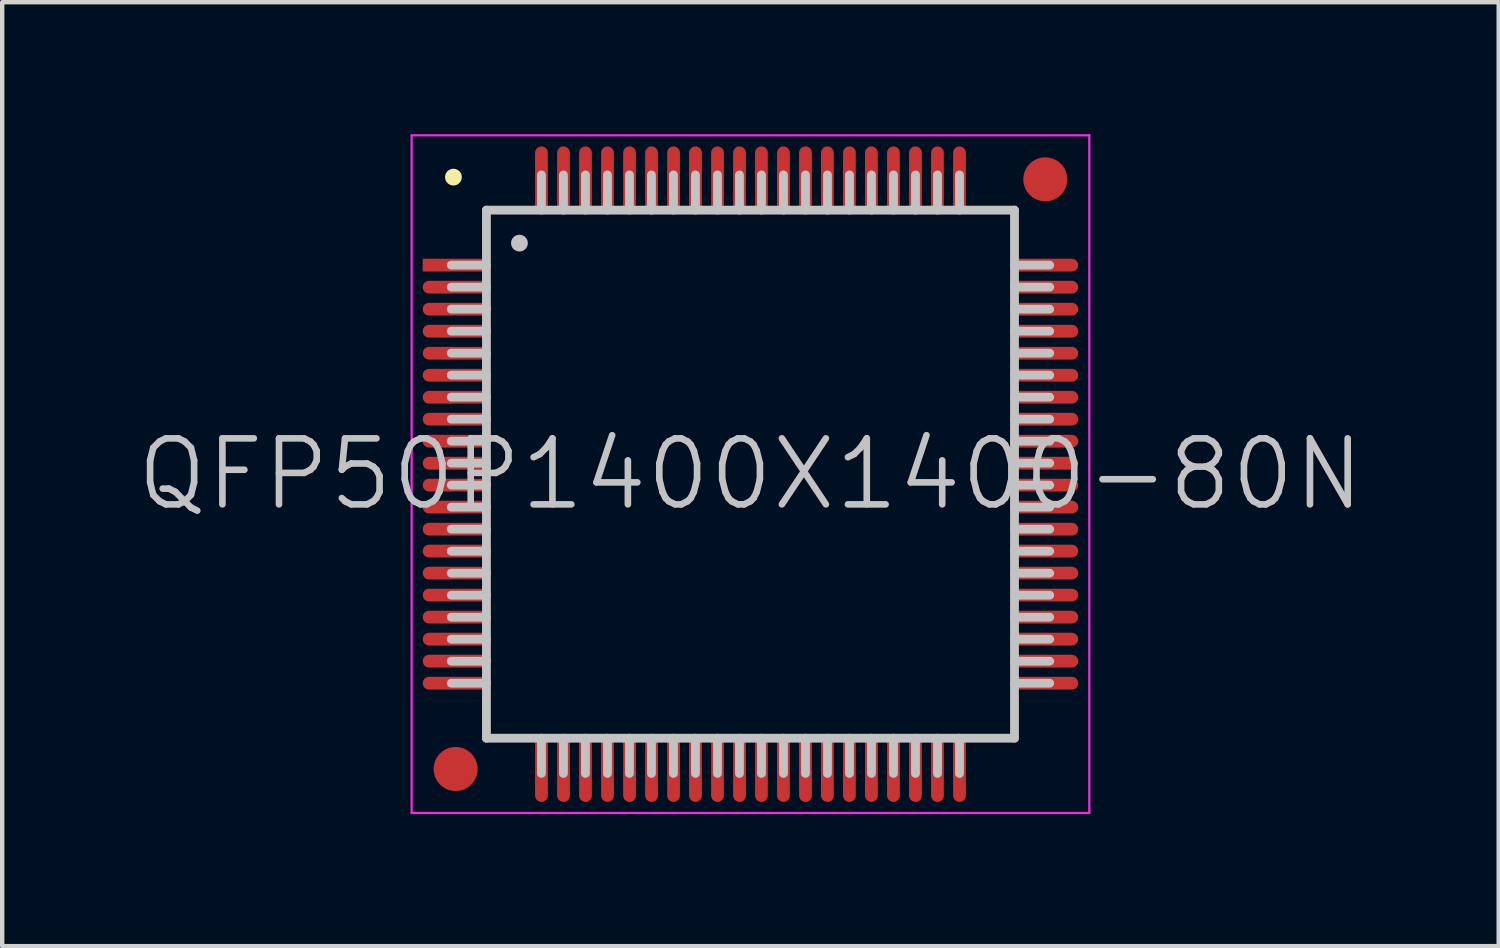
<source format=kicad_pcb>
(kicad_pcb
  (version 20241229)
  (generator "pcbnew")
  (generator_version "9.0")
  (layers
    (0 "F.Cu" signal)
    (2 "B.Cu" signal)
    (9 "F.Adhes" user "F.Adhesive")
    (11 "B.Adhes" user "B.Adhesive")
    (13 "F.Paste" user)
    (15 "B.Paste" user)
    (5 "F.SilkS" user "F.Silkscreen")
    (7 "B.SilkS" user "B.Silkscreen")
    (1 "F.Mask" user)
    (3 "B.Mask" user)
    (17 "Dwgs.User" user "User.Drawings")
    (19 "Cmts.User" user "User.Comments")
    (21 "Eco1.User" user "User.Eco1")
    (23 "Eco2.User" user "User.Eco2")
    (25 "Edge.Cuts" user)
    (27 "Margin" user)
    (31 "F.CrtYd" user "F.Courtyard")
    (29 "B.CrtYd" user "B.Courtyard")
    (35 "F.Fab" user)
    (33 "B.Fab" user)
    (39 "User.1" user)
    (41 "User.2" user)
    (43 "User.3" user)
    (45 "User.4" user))
  (footprint "QFP50P1400X1400-80N"
    (layer "F.Cu")
    (at 14.004 7.725)
    (property "Reference" "QFP50P1400X1400-80N" (at 0 0 0) (layer "Dwgs.User") (effects (font (size 1.5 1.5) (thickness 0.15))))
    (attr smd)
    (fp_line (start -6.75 -6.75) (end -6.75 -6.75) (stroke (width 0.381) (type solid)) (layer "F.SilkS"))
    (fp_line (start -6 -6) (end -6 6) (stroke (width 0.2) (type solid)) (layer "Dwgs.User"))
    (fp_line (start -6 -6) (end 6 -6) (stroke (width 0.2) (type solid)) (layer "Dwgs.User"))
    (fp_line (start -6 -4.75) (end -6.8 -4.75) (stroke (width 0.2) (type solid)) (layer "Dwgs.User"))
    (fp_line (start -6 -4.25) (end -6.8 -4.25) (stroke (width 0.2) (type solid)) (layer "Dwgs.User"))
    (fp_line (start -6 -3.75) (end -6.8 -3.75) (stroke (width 0.2) (type solid)) (layer "Dwgs.User"))
    (fp_line (start -6 -3.25) (end -6.8 -3.25) (stroke (width 0.2) (type solid)) (layer "Dwgs.User"))
    (fp_line (start -6 -2.75) (end -6.8 -2.75) (stroke (width 0.2) (type solid)) (layer "Dwgs.User"))
    (fp_line (start -6 -2.25) (end -6.8 -2.25) (stroke (width 0.2) (type solid)) (layer "Dwgs.User"))
    (fp_line (start -6 -1.75) (end -6.8 -1.75) (stroke (width 0.2) (type solid)) (layer "Dwgs.User"))
    (fp_line (start -6 -1.25) (end -6.8 -1.25) (stroke (width 0.2) (type solid)) (layer "Dwgs.User"))
    (fp_line (start -6 -0.75) (end -6.8 -0.75) (stroke (width 0.2) (type solid)) (layer "Dwgs.User"))
    (fp_line (start -6 -0.25) (end -6.8 -0.25) (stroke (width 0.2) (type solid)) (layer "Dwgs.User"))
    (fp_line (start -6 0.25) (end -6.8 0.25) (stroke (width 0.2) (type solid)) (layer "Dwgs.User"))
    (fp_line (start -6 0.75) (end -6.8 0.75) (stroke (width 0.2) (type solid)) (layer "Dwgs.User"))
    (fp_line (start -6 1.25) (end -6.8 1.25) (stroke (width 0.2) (type solid)) (layer "Dwgs.User"))
    (fp_line (start -6 1.75) (end -6.8 1.75) (stroke (width 0.2) (type solid)) (layer "Dwgs.User"))
    (fp_line (start -6 2.25) (end -6.8 2.25) (stroke (width 0.2) (type solid)) (layer "Dwgs.User"))
    (fp_line (start -6 2.75) (end -6.8 2.75) (stroke (width 0.2) (type solid)) (layer "Dwgs.User"))
    (fp_line (start -6 3.25) (end -6.8 3.25) (stroke (width 0.2) (type solid)) (layer "Dwgs.User"))
    (fp_line (start -6 3.75) (end -6.8 3.75) (stroke (width 0.2) (type solid)) (layer "Dwgs.User"))
    (fp_line (start -6 4.25) (end -6.8 4.25) (stroke (width 0.2) (type solid)) (layer "Dwgs.User"))
    (fp_line (start -6 4.75) (end -6.8 4.75) (stroke (width 0.2) (type solid)) (layer "Dwgs.User"))
    (fp_line (start -6 6) (end 6 6) (stroke (width 0.2) (type solid)) (layer "Dwgs.User"))
    (fp_line (start -5.25 -5.25) (end -5.25 -5.25) (stroke (width 0.381) (type solid)) (layer "Dwgs.User"))
    (fp_line (start -4.75 -6) (end -4.75 -6.8) (stroke (width 0.2) (type solid)) (layer "Dwgs.User"))
    (fp_line (start -4.75 6.8) (end -4.75 6) (stroke (width 0.2) (type solid)) (layer "Dwgs.User"))
    (fp_line (start -4.25 -6) (end -4.25 -6.8) (stroke (width 0.2) (type solid)) (layer "Dwgs.User"))
    (fp_line (start -4.25 6.8) (end -4.25 6) (stroke (width 0.2) (type solid)) (layer "Dwgs.User"))
    (fp_line (start -3.75 -6) (end -3.75 -6.8) (stroke (width 0.2) (type solid)) (layer "Dwgs.User"))
    (fp_line (start -3.75 6.8) (end -3.75 6) (stroke (width 0.2) (type solid)) (layer "Dwgs.User"))
    (fp_line (start -3.25 -6) (end -3.25 -6.8) (stroke (width 0.2) (type solid)) (layer "Dwgs.User"))
    (fp_line (start -3.25 6.8) (end -3.25 6) (stroke (width 0.2) (type solid)) (layer "Dwgs.User"))
    (fp_line (start -2.75 -6) (end -2.75 -6.8) (stroke (width 0.2) (type solid)) (layer "Dwgs.User"))
    (fp_line (start -2.75 6.8) (end -2.75 6) (stroke (width 0.2) (type solid)) (layer "Dwgs.User"))
    (fp_line (start -2.25 -6) (end -2.25 -6.8) (stroke (width 0.2) (type solid)) (layer "Dwgs.User"))
    (fp_line (start -2.25 6.8) (end -2.25 6) (stroke (width 0.2) (type solid)) (layer "Dwgs.User"))
    (fp_line (start -1.75 -6) (end -1.75 -6.8) (stroke (width 0.2) (type solid)) (layer "Dwgs.User"))
    (fp_line (start -1.75 6.8) (end -1.75 6) (stroke (width 0.2) (type solid)) (layer "Dwgs.User"))
    (fp_line (start -1.25 -6) (end -1.25 -6.8) (stroke (width 0.2) (type solid)) (layer "Dwgs.User"))
    (fp_line (start -1.25 6.8) (end -1.25 6) (stroke (width 0.2) (type solid)) (layer "Dwgs.User"))
    (fp_line (start -0.75 -6) (end -0.75 -6.8) (stroke (width 0.2) (type solid)) (layer "Dwgs.User"))
    (fp_line (start -0.75 6.8) (end -0.75 6) (stroke (width 0.2) (type solid)) (layer "Dwgs.User"))
    (fp_line (start -0.25 -6) (end -0.25 -6.8) (stroke (width 0.2) (type solid)) (layer "Dwgs.User"))
    (fp_line (start -0.25 6.8) (end -0.25 6) (stroke (width 0.2) (type solid)) (layer "Dwgs.User"))
    (fp_line (start 0.25 -6) (end 0.25 -6.8) (stroke (width 0.2) (type solid)) (layer "Dwgs.User"))
    (fp_line (start 0.25 6.8) (end 0.25 6) (stroke (width 0.2) (type solid)) (layer "Dwgs.User"))
    (fp_line (start 0.75 -6) (end 0.75 -6.8) (stroke (width 0.2) (type solid)) (layer "Dwgs.User"))
    (fp_line (start 0.75 6.8) (end 0.75 6) (stroke (width 0.2) (type solid)) (layer "Dwgs.User"))
    (fp_line (start 1.25 -6) (end 1.25 -6.8) (stroke (width 0.2) (type solid)) (layer "Dwgs.User"))
    (fp_line (start 1.25 6.8) (end 1.25 6) (stroke (width 0.2) (type solid)) (layer "Dwgs.User"))
    (fp_line (start 1.75 -6) (end 1.75 -6.8) (stroke (width 0.2) (type solid)) (layer "Dwgs.User"))
    (fp_line (start 1.75 6.8) (end 1.75 6) (stroke (width 0.2) (type solid)) (layer "Dwgs.User"))
    (fp_line (start 2.25 -6) (end 2.25 -6.8) (stroke (width 0.2) (type solid)) (layer "Dwgs.User"))
    (fp_line (start 2.25 6.8) (end 2.25 6) (stroke (width 0.2) (type solid)) (layer "Dwgs.User"))
    (fp_line (start 2.75 -6) (end 2.75 -6.8) (stroke (width 0.2) (type solid)) (layer "Dwgs.User"))
    (fp_line (start 2.75 6.8) (end 2.75 6) (stroke (width 0.2) (type solid)) (layer "Dwgs.User"))
    (fp_line (start 3.25 -6) (end 3.25 -6.8) (stroke (width 0.2) (type solid)) (layer "Dwgs.User"))
    (fp_line (start 3.25 6.8) (end 3.25 6) (stroke (width 0.2) (type solid)) (layer "Dwgs.User"))
    (fp_line (start 3.75 -6) (end 3.75 -6.8) (stroke (width 0.2) (type solid)) (layer "Dwgs.User"))
    (fp_line (start 3.75 6.8) (end 3.75 6) (stroke (width 0.2) (type solid)) (layer "Dwgs.User"))
    (fp_line (start 4.25 -6) (end 4.25 -6.8) (stroke (width 0.2) (type solid)) (layer "Dwgs.User"))
    (fp_line (start 4.25 6.8) (end 4.25 6) (stroke (width 0.2) (type solid)) (layer "Dwgs.User"))
    (fp_line (start 4.75 -6) (end 4.75 -6.8) (stroke (width 0.2) (type solid)) (layer "Dwgs.User"))
    (fp_line (start 4.75 6.8) (end 4.75 6) (stroke (width 0.2) (type solid)) (layer "Dwgs.User"))
    (fp_line (start 6 -6) (end 6 6) (stroke (width 0.2) (type solid)) (layer "Dwgs.User"))
    (fp_line (start 6.8 -4.75) (end 6 -4.75) (stroke (width 0.2) (type solid)) (layer "Dwgs.User"))
    (fp_line (start 6.8 -4.25) (end 6 -4.25) (stroke (width 0.2) (type solid)) (layer "Dwgs.User"))
    (fp_line (start 6.8 -3.75) (end 6 -3.75) (stroke (width 0.2) (type solid)) (layer "Dwgs.User"))
    (fp_line (start 6.8 -3.25) (end 6 -3.25) (stroke (width 0.2) (type solid)) (layer "Dwgs.User"))
    (fp_line (start 6.8 -2.75) (end 6 -2.75) (stroke (width 0.2) (type solid)) (layer "Dwgs.User"))
    (fp_line (start 6.8 -2.25) (end 6 -2.25) (stroke (width 0.2) (type solid)) (layer "Dwgs.User"))
    (fp_line (start 6.8 -1.75) (end 6 -1.75) (stroke (width 0.2) (type solid)) (layer "Dwgs.User"))
    (fp_line (start 6.8 -1.25) (end 6 -1.25) (stroke (width 0.2) (type solid)) (layer "Dwgs.User"))
    (fp_line (start 6.8 -0.75) (end 6 -0.75) (stroke (width 0.2) (type solid)) (layer "Dwgs.User"))
    (fp_line (start 6.8 -0.25) (end 6 -0.25) (stroke (width 0.2) (type solid)) (layer "Dwgs.User"))
    (fp_line (start 6.8 0.25) (end 6 0.25) (stroke (width 0.2) (type solid)) (layer "Dwgs.User"))
    (fp_line (start 6.8 0.75) (end 6 0.75) (stroke (width 0.2) (type solid)) (layer "Dwgs.User"))
    (fp_line (start 6.8 1.25) (end 6 1.25) (stroke (width 0.2) (type solid)) (layer "Dwgs.User"))
    (fp_line (start 6.8 1.75) (end 6 1.75) (stroke (width 0.2) (type solid)) (layer "Dwgs.User"))
    (fp_line (start 6.8 2.25) (end 6 2.25) (stroke (width 0.2) (type solid)) (layer "Dwgs.User"))
    (fp_line (start 6.8 2.75) (end 6 2.75) (stroke (width 0.2) (type solid)) (layer "Dwgs.User"))
    (fp_line (start 6.8 3.25) (end 6 3.25) (stroke (width 0.2) (type solid)) (layer "Dwgs.User"))
    (fp_line (start 6.8 3.75) (end 6 3.75) (stroke (width 0.2) (type solid)) (layer "Dwgs.User"))
    (fp_line (start 6.8 4.25) (end 6 4.25) (stroke (width 0.2) (type solid)) (layer "Dwgs.User"))
    (fp_line (start 6.8 4.75) (end 6 4.75) (stroke (width 0.2) (type solid)) (layer "Dwgs.User"))
    (fp_line (start -7.7 -7.7) (end -7.7 7.7) (stroke (width 0.05) (type solid)) (layer "F.CrtYd"))
    (fp_line (start -7.7 -7.7) (end 7.7 -7.7) (stroke (width 0.05) (type solid)) (layer "F.CrtYd"))
    (fp_line (start -7.7 7.7) (end 7.7 7.7) (stroke (width 0.05) (type solid)) (layer "F.CrtYd"))
    (fp_line (start 7.7 -7.7) (end 7.7 7.7) (stroke (width 0.05) (type solid)) (layer "F.CrtYd"))
    (pad "" smd circle (at -6.7 6.7) (size 1 1) (layers "F.Cu" "F.Mask"))
    (pad "" smd circle (at 6.7 -6.7) (size 1 1) (layers "F.Cu" "F.Mask"))
    (pad "1" smd rect (at -6.698 -4.75 90) (size 0.29 1.5) (layers "F.Cu" "F.Mask" "F.Paste"))
    (pad "2" smd oval (at -6.698 -4.249 90) (size 0.29 1.5) (layers "F.Cu" "F.Mask" "F.Paste"))
    (pad "3" smd oval (at -6.698 -3.749 90) (size 0.29 1.5) (layers "F.Cu" "F.Mask" "F.Paste"))
    (pad "4" smd oval (at -6.698 -3.249 90) (size 0.29 1.5) (layers "F.Cu" "F.Mask" "F.Paste"))
    (pad "5" smd oval (at -6.698 -2.748 90) (size 0.29 1.5) (layers "F.Cu" "F.Mask" "F.Paste"))
    (pad "6" smd oval (at -6.698 -2.248 90) (size 0.29 1.5) (layers "F.Cu" "F.Mask" "F.Paste"))
    (pad "7" smd oval (at -6.698 -1.748 90) (size 0.29 1.5) (layers "F.Cu" "F.Mask" "F.Paste"))
    (pad "8" smd oval (at -6.698 -1.25 90) (size 0.29 1.5) (layers "F.Cu" "F.Mask" "F.Paste"))
    (pad "9" smd oval (at -6.698 -0.749 90) (size 0.29 1.5) (layers "F.Cu" "F.Mask" "F.Paste"))
    (pad "10" smd oval (at -6.698 -0.249 90) (size 0.29 1.5) (layers "F.Cu" "F.Mask" "F.Paste"))
    (pad "11" smd oval (at -6.698 0.249 90) (size 0.29 1.5) (layers "F.Cu" "F.Mask" "F.Paste"))
    (pad "12" smd oval (at -6.698 0.749 90) (size 0.29 1.5) (layers "F.Cu" "F.Mask" "F.Paste"))
    (pad "13" smd oval (at -6.698 1.25 90) (size 0.29 1.5) (layers "F.Cu" "F.Mask" "F.Paste"))
    (pad "14" smd oval (at -6.698 1.748 90) (size 0.29 1.5) (layers "F.Cu" "F.Mask" "F.Paste"))
    (pad "15" smd oval (at -6.698 2.248 90) (size 0.29 1.5) (layers "F.Cu" "F.Mask" "F.Paste"))
    (pad "16" smd oval (at -6.698 2.748 90) (size 0.29 1.5) (layers "F.Cu" "F.Mask" "F.Paste"))
    (pad "17" smd oval (at -6.698 3.249 90) (size 0.29 1.5) (layers "F.Cu" "F.Mask" "F.Paste"))
    (pad "18" smd oval (at -6.698 3.749 90) (size 0.29 1.5) (layers "F.Cu" "F.Mask" "F.Paste"))
    (pad "19" smd oval (at -6.698 4.249 90) (size 0.29 1.5) (layers "F.Cu" "F.Mask" "F.Paste"))
    (pad "20" smd oval (at -6.698 4.75 90) (size 0.29 1.5) (layers "F.Cu" "F.Mask" "F.Paste"))
    (pad "21" smd oval (at -4.75 6.698 180) (size 0.29 1.5) (layers "F.Cu" "F.Mask" "F.Paste"))
    (pad "22" smd oval (at -4.249 6.698 180) (size 0.29 1.5) (layers "F.Cu" "F.Mask" "F.Paste"))
    (pad "23" smd oval (at -3.749 6.698 180) (size 0.29 1.5) (layers "F.Cu" "F.Mask" "F.Paste"))
    (pad "24" smd oval (at -3.249 6.698 180) (size 0.29 1.5) (layers "F.Cu" "F.Mask" "F.Paste"))
    (pad "25" smd oval (at -2.748 6.698 180) (size 0.29 1.5) (layers "F.Cu" "F.Mask" "F.Paste"))
    (pad "26" smd oval (at -2.248 6.698 180) (size 0.29 1.5) (layers "F.Cu" "F.Mask" "F.Paste"))
    (pad "27" smd oval (at -1.748 6.698 180) (size 0.29 1.5) (layers "F.Cu" "F.Mask" "F.Paste"))
    (pad "28" smd oval (at -1.25 6.698 180) (size 0.29 1.5) (layers "F.Cu" "F.Mask" "F.Paste"))
    (pad "29" smd oval (at -0.749 6.698 180) (size 0.29 1.5) (layers "F.Cu" "F.Mask" "F.Paste"))
    (pad "30" smd oval (at -0.249 6.698 180) (size 0.29 1.5) (layers "F.Cu" "F.Mask" "F.Paste"))
    (pad "31" smd oval (at 0.249 6.698 180) (size 0.29 1.5) (layers "F.Cu" "F.Mask" "F.Paste"))
    (pad "32" smd oval (at 0.749 6.698 180) (size 0.29 1.5) (layers "F.Cu" "F.Mask" "F.Paste"))
    (pad "33" smd oval (at 1.25 6.698 180) (size 0.29 1.5) (layers "F.Cu" "F.Mask" "F.Paste"))
    (pad "34" smd oval (at 1.748 6.698 180) (size 0.29 1.5) (layers "F.Cu" "F.Mask" "F.Paste"))
    (pad "35" smd oval (at 2.248 6.698 180) (size 0.29 1.5) (layers "F.Cu" "F.Mask" "F.Paste"))
    (pad "36" smd oval (at 2.748 6.698 180) (size 0.29 1.5) (layers "F.Cu" "F.Mask" "F.Paste"))
    (pad "37" smd oval (at 3.249 6.698 180) (size 0.29 1.5) (layers "F.Cu" "F.Mask" "F.Paste"))
    (pad "38" smd oval (at 3.749 6.698 180) (size 0.29 1.5) (layers "F.Cu" "F.Mask" "F.Paste"))
    (pad "39" smd oval (at 4.249 6.698 180) (size 0.29 1.5) (layers "F.Cu" "F.Mask" "F.Paste"))
    (pad "40" smd oval (at 4.75 6.698 180) (size 0.29 1.5) (layers "F.Cu" "F.Mask" "F.Paste"))
    (pad "41" smd oval (at 6.698 4.75 270) (size 0.29 1.5) (layers "F.Cu" "F.Mask" "F.Paste"))
    (pad "42" smd oval (at 6.698 4.249 270) (size 0.29 1.5) (layers "F.Cu" "F.Mask" "F.Paste"))
    (pad "43" smd oval (at 6.698 3.749 270) (size 0.29 1.5) (layers "F.Cu" "F.Mask" "F.Paste"))
    (pad "44" smd oval (at 6.698 3.249 270) (size 0.29 1.5) (layers "F.Cu" "F.Mask" "F.Paste"))
    (pad "45" smd oval (at 6.698 2.748 270) (size 0.29 1.5) (layers "F.Cu" "F.Mask" "F.Paste"))
    (pad "46" smd oval (at 6.698 2.248 270) (size 0.29 1.5) (layers "F.Cu" "F.Mask" "F.Paste"))
    (pad "47" smd oval (at 6.698 1.748 270) (size 0.29 1.5) (layers "F.Cu" "F.Mask" "F.Paste"))
    (pad "48" smd oval (at 6.698 1.25 270) (size 0.29 1.5) (layers "F.Cu" "F.Mask" "F.Paste"))
    (pad "49" smd oval (at 6.698 0.749 270) (size 0.29 1.5) (layers "F.Cu" "F.Mask" "F.Paste"))
    (pad "50" smd oval (at 6.698 0.249 270) (size 0.29 1.5) (layers "F.Cu" "F.Mask" "F.Paste"))
    (pad "51" smd oval (at 6.698 -0.249 270) (size 0.29 1.5) (layers "F.Cu" "F.Mask" "F.Paste"))
    (pad "52" smd oval (at 6.698 -0.749 270) (size 0.29 1.5) (layers "F.Cu" "F.Mask" "F.Paste"))
    (pad "53" smd oval (at 6.698 -1.25 270) (size 0.29 1.5) (layers "F.Cu" "F.Mask" "F.Paste"))
    (pad "54" smd oval (at 6.698 -1.748 270) (size 0.29 1.5) (layers "F.Cu" "F.Mask" "F.Paste"))
    (pad "55" smd oval (at 6.698 -2.248 270) (size 0.29 1.5) (layers "F.Cu" "F.Mask" "F.Paste"))
    (pad "56" smd oval (at 6.698 -2.748 270) (size 0.29 1.5) (layers "F.Cu" "F.Mask" "F.Paste"))
    (pad "57" smd oval (at 6.698 -3.249 270) (size 0.29 1.5) (layers "F.Cu" "F.Mask" "F.Paste"))
    (pad "58" smd oval (at 6.698 -3.749 270) (size 0.29 1.5) (layers "F.Cu" "F.Mask" "F.Paste"))
    (pad "59" smd oval (at 6.698 -4.249 270) (size 0.29 1.5) (layers "F.Cu" "F.Mask" "F.Paste"))
    (pad "60" smd oval (at 6.698 -4.75 270) (size 0.29 1.5) (layers "F.Cu" "F.Mask" "F.Paste"))
    (pad "61" smd oval (at 4.75 -6.698) (size 0.29 1.5) (layers "F.Cu" "F.Mask" "F.Paste"))
    (pad "62" smd oval (at 4.249 -6.698) (size 0.29 1.5) (layers "F.Cu" "F.Mask" "F.Paste"))
    (pad "63" smd oval (at 3.749 -6.698) (size 0.29 1.5) (layers "F.Cu" "F.Mask" "F.Paste"))
    (pad "64" smd oval (at 3.249 -6.698) (size 0.29 1.5) (layers "F.Cu" "F.Mask" "F.Paste"))
    (pad "65" smd oval (at 2.748 -6.698) (size 0.29 1.5) (layers "F.Cu" "F.Mask" "F.Paste"))
    (pad "66" smd oval (at 2.248 -6.698) (size 0.29 1.5) (layers "F.Cu" "F.Mask" "F.Paste"))
    (pad "67" smd oval (at 1.748 -6.698) (size 0.29 1.5) (layers "F.Cu" "F.Mask" "F.Paste"))
    (pad "68" smd oval (at 1.25 -6.698) (size 0.29 1.5) (layers "F.Cu" "F.Mask" "F.Paste"))
    (pad "69" smd oval (at 0.749 -6.698) (size 0.29 1.5) (layers "F.Cu" "F.Mask" "F.Paste"))
    (pad "70" smd oval (at 0.249 -6.698) (size 0.29 1.5) (layers "F.Cu" "F.Mask" "F.Paste"))
    (pad "71" smd oval (at -0.249 -6.698) (size 0.29 1.5) (layers "F.Cu" "F.Mask" "F.Paste"))
    (pad "72" smd oval (at -0.749 -6.698) (size 0.29 1.5) (layers "F.Cu" "F.Mask" "F.Paste"))
    (pad "73" smd oval (at -1.25 -6.698) (size 0.29 1.5) (layers "F.Cu" "F.Mask" "F.Paste"))
    (pad "74" smd oval (at -1.748 -6.698) (size 0.29 1.5) (layers "F.Cu" "F.Mask" "F.Paste"))
    (pad "75" smd oval (at -2.248 -6.698) (size 0.29 1.5) (layers "F.Cu" "F.Mask" "F.Paste"))
    (pad "76" smd oval (at -2.748 -6.698) (size 0.29 1.5) (layers "F.Cu" "F.Mask" "F.Paste"))
    (pad "77" smd oval (at -3.249 -6.698) (size 0.29 1.5) (layers "F.Cu" "F.Mask" "F.Paste"))
    (pad "78" smd oval (at -3.749 -6.698) (size 0.29 1.5) (layers "F.Cu" "F.Mask" "F.Paste"))
    (pad "79" smd oval (at -4.249 -6.698) (size 0.29 1.5) (layers "F.Cu" "F.Mask" "F.Paste"))
    (pad "80" smd oval (at -4.75 -6.698) (size 0.29 1.5) (layers "F.Cu" "F.Mask" "F.Paste")))
  (gr_rect
    (start -3 -3)
    (end 31.007 18.45)
    (stroke (width 0.1) (type default))
    (fill no)
    (layer "Edge.Cuts")))
</source>
